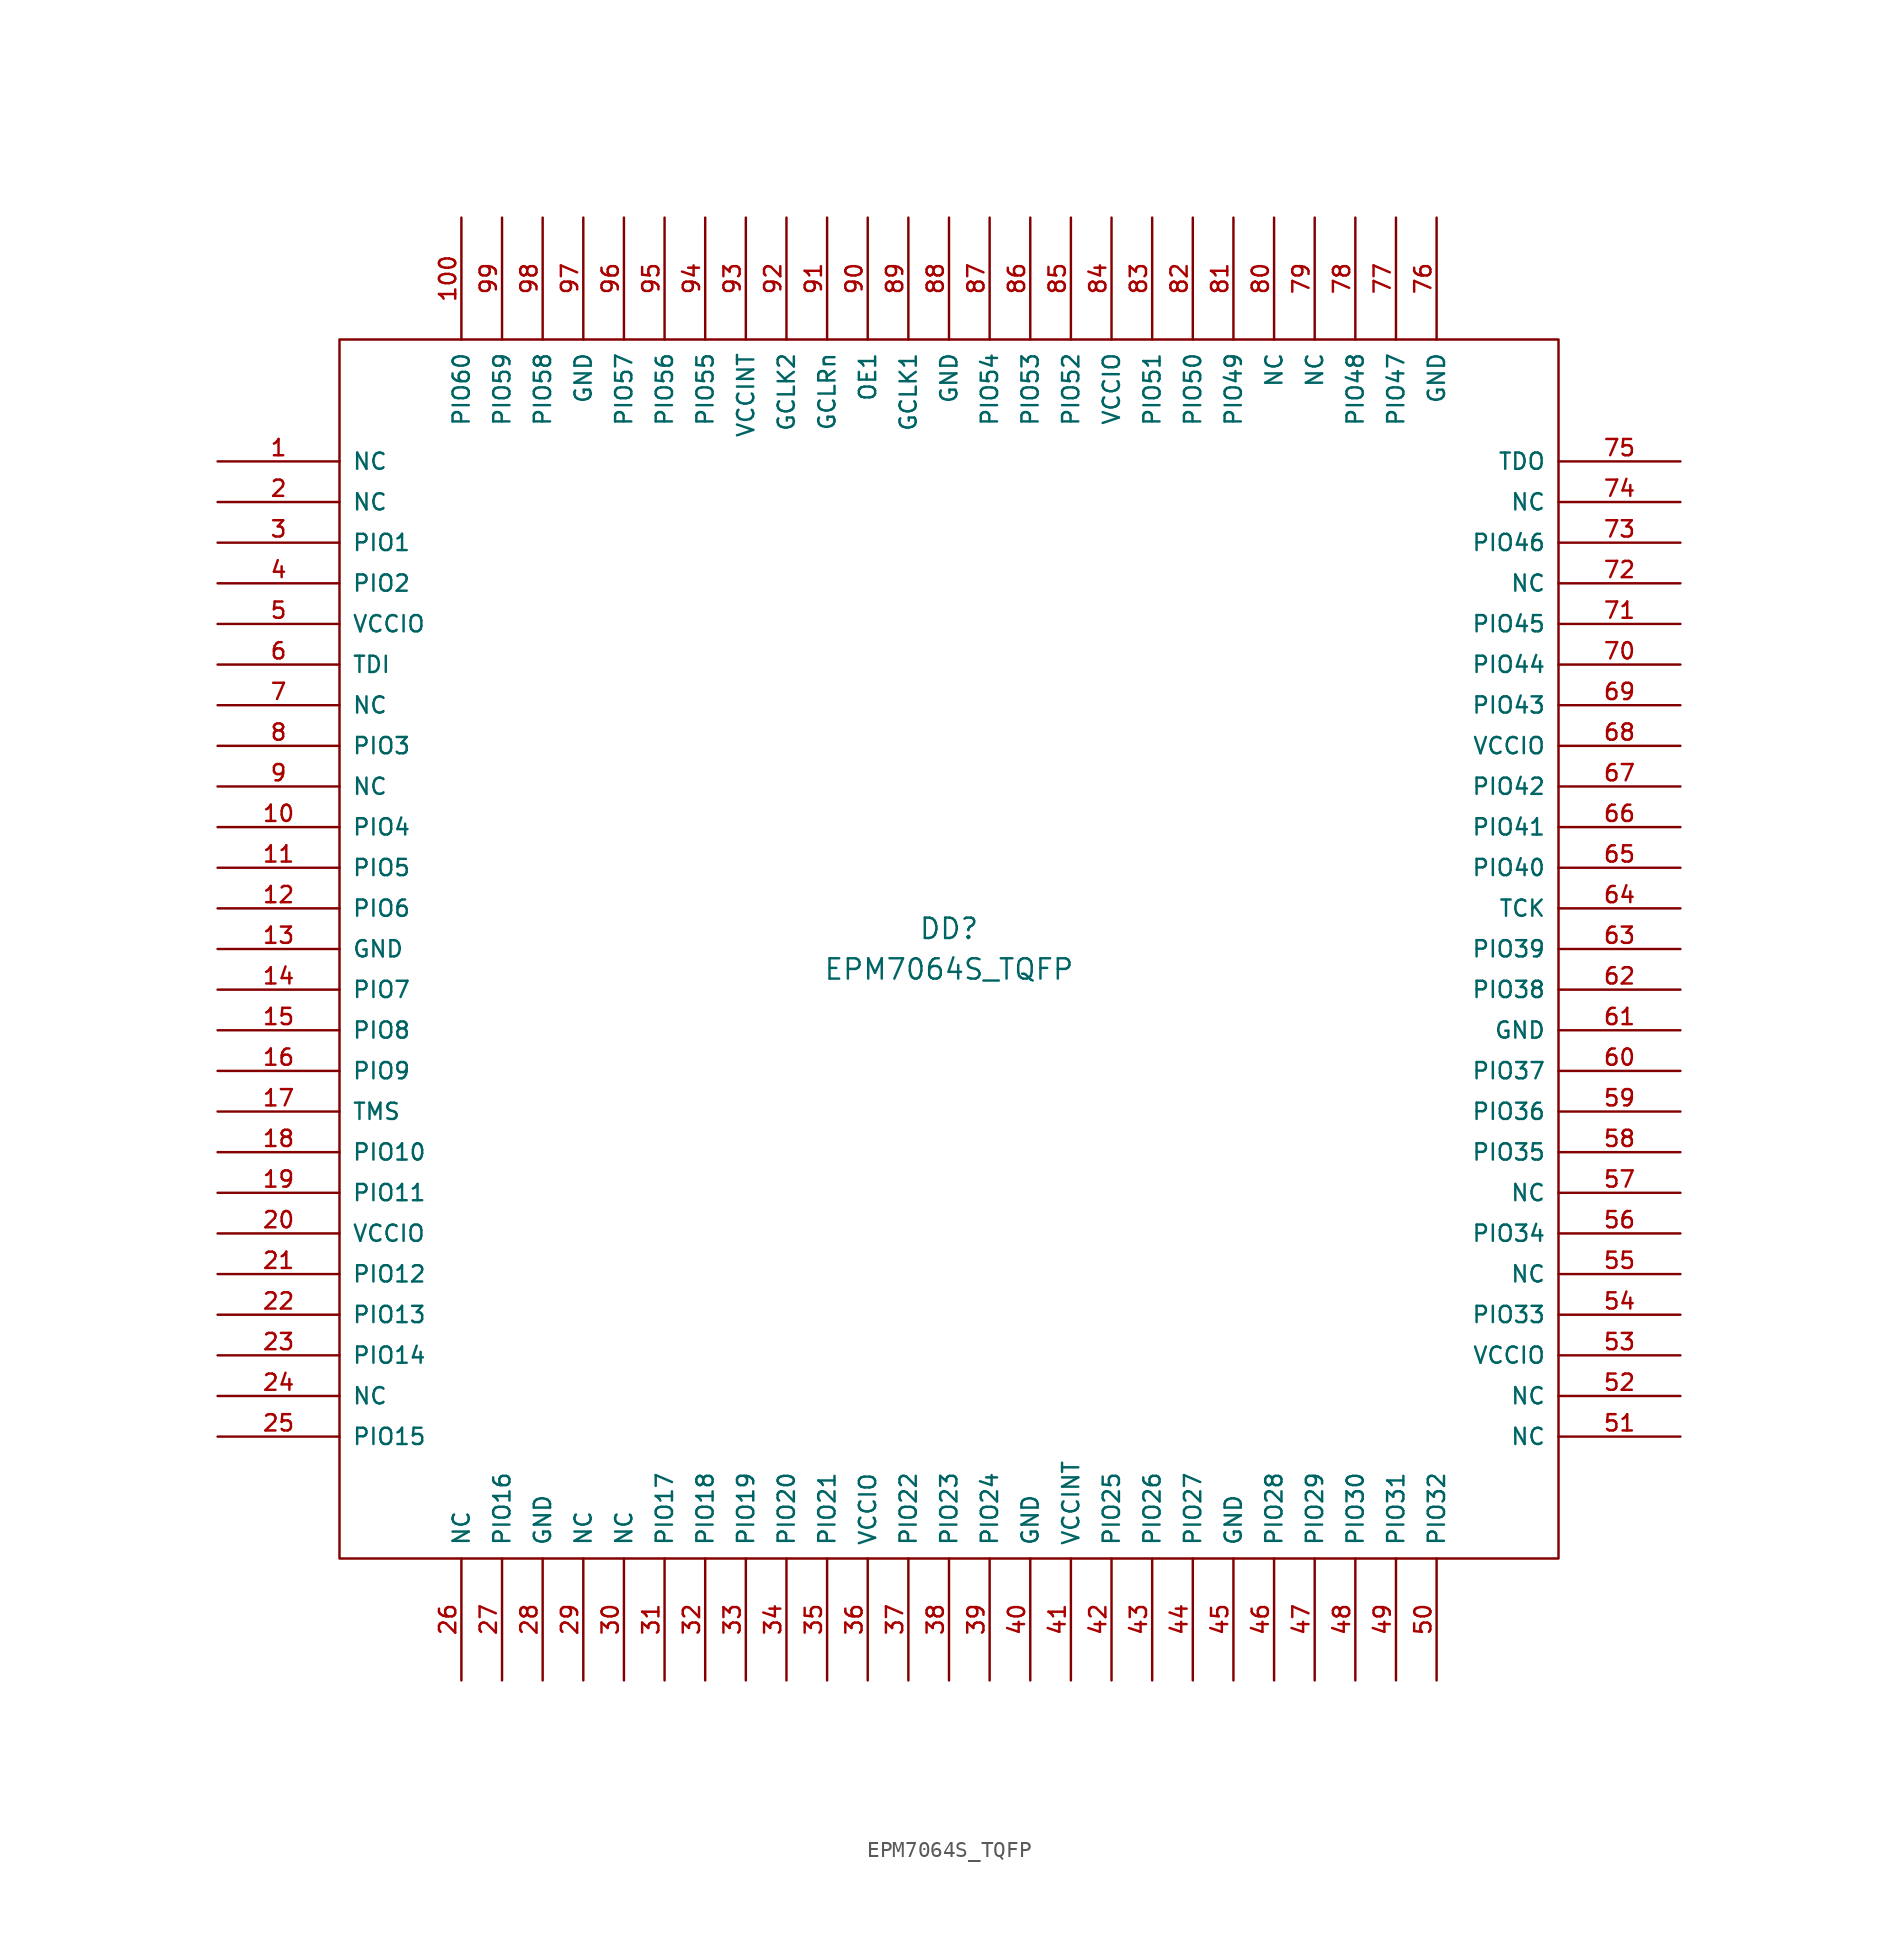
<source format=kicad_sym>
(kicad_symbol_lib
  (version 20211014)
  (generator kicad_symbol_editor)
  (symbol "EPM7064S_TQFP"
    (pin_names
      (offset 0.762))
    (property "Reference" "DD"
      (at 38.1 -36.83 0)
      (effects (font (size 1.27 1.27))))
    (property "Value" "EPM7064S_TQFP"
      (at 38.1 -39.37 0)
      (effects (font (size 1.27 1.27))))
    (property "Footprint" ""
      (at 0 0 0)
      (effects (font (size 1.524 1.524))))
    (property "Datasheet" ""
      (at 0 0 0)
      (effects (font (size 1.524 1.524))))
    (symbol "EPM7064S_TQFP_0_0"
      (rectangle (start 0 0) (end 76.2 -76.2) (stroke (width 0) (type default) (color 0 0 0 0)) (fill (type none)))
      (pin passive line (at -7.62 -7.62 0) (length 7.62) (name "NC" (effects (font (size 1.016 1.016)))) (number "1" (effects (font (size 1.016 1.016)))))
      (pin passive line (at -7.62 -30.48 0) (length 7.62) (name "PIO4" (effects (font (size 1.016 1.016)))) (number "10" (effects (font (size 1.016 1.016)))))
      (pin passive line (at 7.62 7.62 270) (length 7.62) (name "PIO60" (effects (font (size 1.016 1.016)))) (number "100" (effects (font (size 1.016 1.016)))))
      (pin passive line (at -7.62 -33.02 0) (length 7.62) (name "PIO5" (effects (font (size 1.016 1.016)))) (number "11" (effects (font (size 1.016 1.016)))))
      (pin passive line (at -7.62 -35.56 0) (length 7.62) (name "PIO6" (effects (font (size 1.016 1.016)))) (number "12" (effects (font (size 1.016 1.016)))))
      (pin passive line (at -7.62 -38.1 0) (length 7.62) (name "GND" (effects (font (size 1.016 1.016)))) (number "13" (effects (font (size 1.016 1.016)))))
      (pin passive line (at -7.62 -40.64 0) (length 7.62) (name "PIO7" (effects (font (size 1.016 1.016)))) (number "14" (effects (font (size 1.016 1.016)))))
      (pin passive line (at -7.62 -43.18 0) (length 7.62) (name "PIO8" (effects (font (size 1.016 1.016)))) (number "15" (effects (font (size 1.016 1.016)))))
      (pin passive line (at -7.62 -45.72 0) (length 7.62) (name "PIO9" (effects (font (size 1.016 1.016)))) (number "16" (effects (font (size 1.016 1.016)))))
      (pin passive line (at -7.62 -48.26 0) (length 7.62) (name "TMS" (effects (font (size 1.016 1.016)))) (number "17" (effects (font (size 1.016 1.016)))))
      (pin passive line (at -7.62 -50.8 0) (length 7.62) (name "PIO10" (effects (font (size 1.016 1.016)))) (number "18" (effects (font (size 1.016 1.016)))))
      (pin passive line (at -7.62 -53.34 0) (length 7.62) (name "PIO11" (effects (font (size 1.016 1.016)))) (number "19" (effects (font (size 1.016 1.016)))))
      (pin passive line (at -7.62 -10.16 0) (length 7.62) (name "NC" (effects (font (size 1.016 1.016)))) (number "2" (effects (font (size 1.016 1.016)))))
      (pin passive line (at -7.62 -55.88 0) (length 7.62) (name "VCCIO" (effects (font (size 1.016 1.016)))) (number "20" (effects (font (size 1.016 1.016)))))
      (pin passive line (at -7.62 -58.42 0) (length 7.62) (name "PIO12" (effects (font (size 1.016 1.016)))) (number "21" (effects (font (size 1.016 1.016)))))
      (pin passive line (at -7.62 -60.96 0) (length 7.62) (name "PIO13" (effects (font (size 1.016 1.016)))) (number "22" (effects (font (size 1.016 1.016)))))
      (pin passive line (at -7.62 -63.5 0) (length 7.62) (name "PIO14" (effects (font (size 1.016 1.016)))) (number "23" (effects (font (size 1.016 1.016)))))
      (pin passive line (at -7.62 -66.04 0) (length 7.62) (name "NC" (effects (font (size 1.016 1.016)))) (number "24" (effects (font (size 1.016 1.016)))))
      (pin passive line (at -7.62 -68.58 0) (length 7.62) (name "PIO15" (effects (font (size 1.016 1.016)))) (number "25" (effects (font (size 1.016 1.016)))))
      (pin passive line (at 7.62 -83.82 90) (length 7.62) (name "NC" (effects (font (size 1.016 1.016)))) (number "26" (effects (font (size 1.016 1.016)))))
      (pin passive line (at 10.16 -83.82 90) (length 7.62) (name "PIO16" (effects (font (size 1.016 1.016)))) (number "27" (effects (font (size 1.016 1.016)))))
      (pin passive line (at 12.7 -83.82 90) (length 7.62) (name "GND" (effects (font (size 1.016 1.016)))) (number "28" (effects (font (size 1.016 1.016)))))
      (pin passive line (at 15.24 -83.82 90) (length 7.62) (name "NC" (effects (font (size 1.016 1.016)))) (number "29" (effects (font (size 1.016 1.016)))))
      (pin passive line (at -7.62 -12.7 0) (length 7.62) (name "PIO1" (effects (font (size 1.016 1.016)))) (number "3" (effects (font (size 1.016 1.016)))))
      (pin passive line (at 17.78 -83.82 90) (length 7.62) (name "NC" (effects (font (size 1.016 1.016)))) (number "30" (effects (font (size 1.016 1.016)))))
      (pin passive line (at 20.32 -83.82 90) (length 7.62) (name "PIO17" (effects (font (size 1.016 1.016)))) (number "31" (effects (font (size 1.016 1.016)))))
      (pin passive line (at 22.86 -83.82 90) (length 7.62) (name "PIO18" (effects (font (size 1.016 1.016)))) (number "32" (effects (font (size 1.016 1.016)))))
      (pin passive line (at 25.4 -83.82 90) (length 7.62) (name "PIO19" (effects (font (size 1.016 1.016)))) (number "33" (effects (font (size 1.016 1.016)))))
      (pin passive line (at 27.94 -83.82 90) (length 7.62) (name "PIO20" (effects (font (size 1.016 1.016)))) (number "34" (effects (font (size 1.016 1.016)))))
      (pin passive line (at 30.48 -83.82 90) (length 7.62) (name "PIO21" (effects (font (size 1.016 1.016)))) (number "35" (effects (font (size 1.016 1.016)))))
      (pin passive line (at 33.02 -83.82 90) (length 7.62) (name "VCCIO" (effects (font (size 1.016 1.016)))) (number "36" (effects (font (size 1.016 1.016)))))
      (pin passive line (at 35.56 -83.82 90) (length 7.62) (name "PIO22" (effects (font (size 1.016 1.016)))) (number "37" (effects (font (size 1.016 1.016)))))
      (pin passive line (at 38.1 -83.82 90) (length 7.62) (name "PIO23" (effects (font (size 1.016 1.016)))) (number "38" (effects (font (size 1.016 1.016)))))
      (pin passive line (at 40.64 -83.82 90) (length 7.62) (name "PIO24" (effects (font (size 1.016 1.016)))) (number "39" (effects (font (size 1.016 1.016)))))
      (pin passive line (at -7.62 -15.24 0) (length 7.62) (name "PIO2" (effects (font (size 1.016 1.016)))) (number "4" (effects (font (size 1.016 1.016)))))
      (pin passive line (at 43.18 -83.82 90) (length 7.62) (name "GND" (effects (font (size 1.016 1.016)))) (number "40" (effects (font (size 1.016 1.016)))))
      (pin passive line (at 45.72 -83.82 90) (length 7.62) (name "VCCINT" (effects (font (size 1.016 1.016)))) (number "41" (effects (font (size 1.016 1.016)))))
      (pin passive line (at 48.26 -83.82 90) (length 7.62) (name "PIO25" (effects (font (size 1.016 1.016)))) (number "42" (effects (font (size 1.016 1.016)))))
      (pin passive line (at 50.8 -83.82 90) (length 7.62) (name "PIO26" (effects (font (size 1.016 1.016)))) (number "43" (effects (font (size 1.016 1.016)))))
      (pin passive line (at 53.34 -83.82 90) (length 7.62) (name "PIO27" (effects (font (size 1.016 1.016)))) (number "44" (effects (font (size 1.016 1.016)))))
      (pin passive line (at 55.88 -83.82 90) (length 7.62) (name "GND" (effects (font (size 1.016 1.016)))) (number "45" (effects (font (size 1.016 1.016)))))
      (pin passive line (at 58.42 -83.82 90) (length 7.62) (name "PIO28" (effects (font (size 1.016 1.016)))) (number "46" (effects (font (size 1.016 1.016)))))
      (pin passive line (at 60.96 -83.82 90) (length 7.62) (name "PIO29" (effects (font (size 1.016 1.016)))) (number "47" (effects (font (size 1.016 1.016)))))
      (pin passive line (at 63.5 -83.82 90) (length 7.62) (name "PIO30" (effects (font (size 1.016 1.016)))) (number "48" (effects (font (size 1.016 1.016)))))
      (pin passive line (at 66.04 -83.82 90) (length 7.62) (name "PIO31" (effects (font (size 1.016 1.016)))) (number "49" (effects (font (size 1.016 1.016)))))
      (pin passive line (at -7.62 -17.78 0) (length 7.62) (name "VCCIO" (effects (font (size 1.016 1.016)))) (number "5" (effects (font (size 1.016 1.016)))))
      (pin passive line (at 68.58 -83.82 90) (length 7.62) (name "PIO32" (effects (font (size 1.016 1.016)))) (number "50" (effects (font (size 1.016 1.016)))))
      (pin passive line (at 83.82 -68.58 180) (length 7.62) (name "NC" (effects (font (size 1.016 1.016)))) (number "51" (effects (font (size 1.016 1.016)))))
      (pin passive line (at 83.82 -66.04 180) (length 7.62) (name "NC" (effects (font (size 1.016 1.016)))) (number "52" (effects (font (size 1.016 1.016)))))
      (pin passive line (at 83.82 -63.5 180) (length 7.62) (name "VCCIO" (effects (font (size 1.016 1.016)))) (number "53" (effects (font (size 1.016 1.016)))))
      (pin passive line (at 83.82 -60.96 180) (length 7.62) (name "PIO33" (effects (font (size 1.016 1.016)))) (number "54" (effects (font (size 1.016 1.016)))))
      (pin passive line (at 83.82 -58.42 180) (length 7.62) (name "NC" (effects (font (size 1.016 1.016)))) (number "55" (effects (font (size 1.016 1.016)))))
      (pin passive line (at 83.82 -55.88 180) (length 7.62) (name "PIO34" (effects (font (size 1.016 1.016)))) (number "56" (effects (font (size 1.016 1.016)))))
      (pin passive line (at 83.82 -53.34 180) (length 7.62) (name "NC" (effects (font (size 1.016 1.016)))) (number "57" (effects (font (size 1.016 1.016)))))
      (pin passive line (at 83.82 -50.8 180) (length 7.62) (name "PIO35" (effects (font (size 1.016 1.016)))) (number "58" (effects (font (size 1.016 1.016)))))
      (pin passive line (at 83.82 -48.26 180) (length 7.62) (name "PIO36" (effects (font (size 1.016 1.016)))) (number "59" (effects (font (size 1.016 1.016)))))
      (pin passive line (at -7.62 -20.32 0) (length 7.62) (name "TDI" (effects (font (size 1.016 1.016)))) (number "6" (effects (font (size 1.016 1.016)))))
      (pin passive line (at 83.82 -45.72 180) (length 7.62) (name "PIO37" (effects (font (size 1.016 1.016)))) (number "60" (effects (font (size 1.016 1.016)))))
      (pin passive line (at 83.82 -43.18 180) (length 7.62) (name "GND" (effects (font (size 1.016 1.016)))) (number "61" (effects (font (size 1.016 1.016)))))
      (pin passive line (at 83.82 -40.64 180) (length 7.62) (name "PIO38" (effects (font (size 1.016 1.016)))) (number "62" (effects (font (size 1.016 1.016)))))
      (pin passive line (at 83.82 -38.1 180) (length 7.62) (name "PIO39" (effects (font (size 1.016 1.016)))) (number "63" (effects (font (size 1.016 1.016)))))
      (pin passive line (at 83.82 -35.56 180) (length 7.62) (name "TCK" (effects (font (size 1.016 1.016)))) (number "64" (effects (font (size 1.016 1.016)))))
      (pin passive line (at 83.82 -33.02 180) (length 7.62) (name "PIO40" (effects (font (size 1.016 1.016)))) (number "65" (effects (font (size 1.016 1.016)))))
      (pin passive line (at 83.82 -30.48 180) (length 7.62) (name "PIO41" (effects (font (size 1.016 1.016)))) (number "66" (effects (font (size 1.016 1.016)))))
      (pin passive line (at 83.82 -27.94 180) (length 7.62) (name "PIO42" (effects (font (size 1.016 1.016)))) (number "67" (effects (font (size 1.016 1.016)))))
      (pin passive line (at 83.82 -25.4 180) (length 7.62) (name "VCCIO" (effects (font (size 1.016 1.016)))) (number "68" (effects (font (size 1.016 1.016)))))
      (pin passive line (at 83.82 -22.86 180) (length 7.62) (name "PIO43" (effects (font (size 1.016 1.016)))) (number "69" (effects (font (size 1.016 1.016)))))
      (pin passive line (at -7.62 -22.86 0) (length 7.62) (name "NC" (effects (font (size 1.016 1.016)))) (number "7" (effects (font (size 1.016 1.016)))))
      (pin passive line (at 83.82 -20.32 180) (length 7.62) (name "PIO44" (effects (font (size 1.016 1.016)))) (number "70" (effects (font (size 1.016 1.016)))))
      (pin passive line (at 83.82 -17.78 180) (length 7.62) (name "PIO45" (effects (font (size 1.016 1.016)))) (number "71" (effects (font (size 1.016 1.016)))))
      (pin passive line (at 83.82 -15.24 180) (length 7.62) (name "NC" (effects (font (size 1.016 1.016)))) (number "72" (effects (font (size 1.016 1.016)))))
      (pin passive line (at 83.82 -12.7 180) (length 7.62) (name "PIO46" (effects (font (size 1.016 1.016)))) (number "73" (effects (font (size 1.016 1.016)))))
      (pin passive line (at 83.82 -10.16 180) (length 7.62) (name "NC" (effects (font (size 1.016 1.016)))) (number "74" (effects (font (size 1.016 1.016)))))
      (pin passive line (at 83.82 -7.62 180) (length 7.62) (name "TDO" (effects (font (size 1.016 1.016)))) (number "75" (effects (font (size 1.016 1.016)))))
      (pin passive line (at 68.58 7.62 270) (length 7.62) (name "GND" (effects (font (size 1.016 1.016)))) (number "76" (effects (font (size 1.016 1.016)))))
      (pin passive line (at 66.04 7.62 270) (length 7.62) (name "PIO47" (effects (font (size 1.016 1.016)))) (number "77" (effects (font (size 1.016 1.016)))))
      (pin passive line (at 63.5 7.62 270) (length 7.62) (name "PIO48" (effects (font (size 1.016 1.016)))) (number "78" (effects (font (size 1.016 1.016)))))
      (pin passive line (at 60.96 7.62 270) (length 7.62) (name "NC" (effects (font (size 1.016 1.016)))) (number "79" (effects (font (size 1.016 1.016)))))
      (pin passive line (at -7.62 -25.4 0) (length 7.62) (name "PIO3" (effects (font (size 1.016 1.016)))) (number "8" (effects (font (size 1.016 1.016)))))
      (pin passive line (at 58.42 7.62 270) (length 7.62) (name "NC" (effects (font (size 1.016 1.016)))) (number "80" (effects (font (size 1.016 1.016)))))
      (pin passive line (at 55.88 7.62 270) (length 7.62) (name "PIO49" (effects (font (size 1.016 1.016)))) (number "81" (effects (font (size 1.016 1.016)))))
      (pin passive line (at 53.34 7.62 270) (length 7.62) (name "PIO50" (effects (font (size 1.016 1.016)))) (number "82" (effects (font (size 1.016 1.016)))))
      (pin passive line (at 50.8 7.62 270) (length 7.62) (name "PIO51" (effects (font (size 1.016 1.016)))) (number "83" (effects (font (size 1.016 1.016)))))
      (pin passive line (at 48.26 7.62 270) (length 7.62) (name "VCCIO" (effects (font (size 1.016 1.016)))) (number "84" (effects (font (size 1.016 1.016)))))
      (pin passive line (at 45.72 7.62 270) (length 7.62) (name "PIO52" (effects (font (size 1.016 1.016)))) (number "85" (effects (font (size 1.016 1.016)))))
      (pin passive line (at 43.18 7.62 270) (length 7.62) (name "PIO53" (effects (font (size 1.016 1.016)))) (number "86" (effects (font (size 1.016 1.016)))))
      (pin passive line (at 40.64 7.62 270) (length 7.62) (name "PIO54" (effects (font (size 1.016 1.016)))) (number "87" (effects (font (size 1.016 1.016)))))
      (pin passive line (at 38.1 7.62 270) (length 7.62) (name "GND" (effects (font (size 1.016 1.016)))) (number "88" (effects (font (size 1.016 1.016)))))
      (pin passive line (at 35.56 7.62 270) (length 7.62) (name "GCLK1" (effects (font (size 1.016 1.016)))) (number "89" (effects (font (size 1.016 1.016)))))
      (pin passive line (at -7.62 -27.94 0) (length 7.62) (name "NC" (effects (font (size 1.016 1.016)))) (number "9" (effects (font (size 1.016 1.016)))))
      (pin passive line (at 33.02 7.62 270) (length 7.62) (name "OE1" (effects (font (size 1.016 1.016)))) (number "90" (effects (font (size 1.016 1.016)))))
      (pin passive line (at 30.48 7.62 270) (length 7.62) (name "GCLRn" (effects (font (size 1.016 1.016)))) (number "91" (effects (font (size 1.016 1.016)))))
      (pin passive line (at 27.94 7.62 270) (length 7.62) (name "GCLK2" (effects (font (size 1.016 1.016)))) (number "92" (effects (font (size 1.016 1.016)))))
      (pin passive line (at 25.4 7.62 270) (length 7.62) (name "VCCINT" (effects (font (size 1.016 1.016)))) (number "93" (effects (font (size 1.016 1.016)))))
      (pin passive line (at 22.86 7.62 270) (length 7.62) (name "PIO55" (effects (font (size 1.016 1.016)))) (number "94" (effects (font (size 1.016 1.016)))))
      (pin passive line (at 20.32 7.62 270) (length 7.62) (name "PIO56" (effects (font (size 1.016 1.016)))) (number "95" (effects (font (size 1.016 1.016)))))
      (pin passive line (at 17.78 7.62 270) (length 7.62) (name "PIO57" (effects (font (size 1.016 1.016)))) (number "96" (effects (font (size 1.016 1.016)))))
      (pin passive line (at 15.24 7.62 270) (length 7.62) (name "GND" (effects (font (size 1.016 1.016)))) (number "97" (effects (font (size 1.016 1.016)))))
      (pin passive line (at 12.7 7.62 270) (length 7.62) (name "PIO58" (effects (font (size 1.016 1.016)))) (number "98" (effects (font (size 1.016 1.016)))))
      (pin passive line (at 10.16 7.62 270) (length 7.62) (name "PIO59" (effects (font (size 1.016 1.016)))) (number "99" (effects (font (size 1.016 1.016))))))))
</source>
